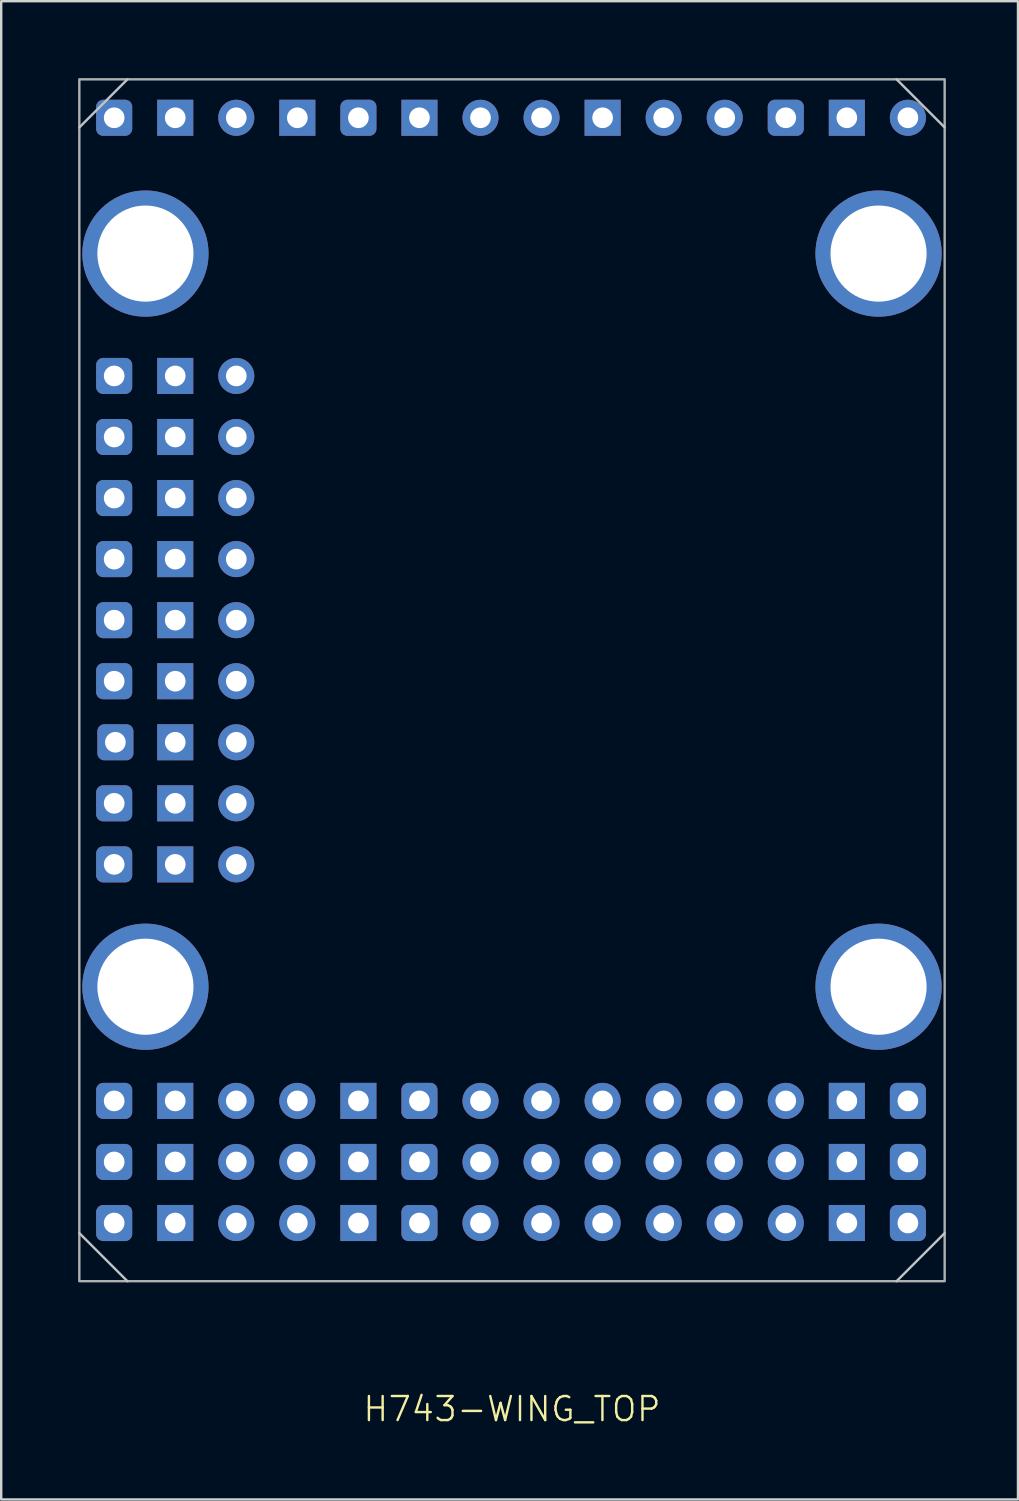
<source format=kicad_pcb>
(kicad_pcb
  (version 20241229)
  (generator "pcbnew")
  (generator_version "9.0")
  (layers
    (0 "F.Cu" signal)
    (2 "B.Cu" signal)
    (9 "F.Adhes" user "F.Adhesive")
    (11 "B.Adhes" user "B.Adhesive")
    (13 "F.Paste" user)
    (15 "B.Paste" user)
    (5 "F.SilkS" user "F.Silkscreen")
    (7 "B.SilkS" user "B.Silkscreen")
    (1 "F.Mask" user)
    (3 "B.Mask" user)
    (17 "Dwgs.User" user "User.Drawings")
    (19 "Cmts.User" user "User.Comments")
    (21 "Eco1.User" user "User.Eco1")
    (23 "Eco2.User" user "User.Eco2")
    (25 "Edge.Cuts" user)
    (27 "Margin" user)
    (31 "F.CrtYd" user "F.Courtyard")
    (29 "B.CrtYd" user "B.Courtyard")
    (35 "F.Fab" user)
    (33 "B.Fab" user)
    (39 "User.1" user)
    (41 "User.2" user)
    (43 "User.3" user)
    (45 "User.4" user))
  (footprint "H743-WING_TOP"
    (layer "F.Cu")
    (at 0.25 0.25)
    (property "Reference" "H743-WING_TOP" (at 18 55.32 0) (unlocked yes) (layer "F.SilkS") (effects (font (size 1 1) (thickness 0.1))))
    (attr smd)
    (fp_line (start 2 0) (end 0 2) (stroke (width 0.1) (type default)) (layer "Dwgs.User"))
    (fp_line (start 2 50) (end 0 48) (stroke (width 0.1) (type default)) (layer "Dwgs.User"))
    (fp_line (start 34 50) (end 36 48) (stroke (width 0.1) (type default)) (layer "Dwgs.User"))
    (fp_line (start 36 2) (end 34 0) (stroke (width 0.1) (type default)) (layer "Dwgs.User"))
    (fp_rect (start 0 0) (end 36 50) (stroke (width 0.1) (type default)) (fill no) (layer "F.Fab"))
    (pad "1" thru_hole circle (at 34.47 1.6 90) (size 1.5 1.5) (drill 0.86) (layers "*.Cu" "*.Mask"))
    (pad "2" thru_hole rect (at 31.93 1.6 90) (size 1.5 1.5) (drill 0.86) (layers "*.Cu" "*.Mask"))
    (pad "3" thru_hole roundrect (at 29.39 1.6 90) (size 1.5 1.5) (drill 0.86) (layers "*.Cu" "*.Mask") (roundrect_rratio 0.192))
    (pad "4" thru_hole circle (at 26.85 1.6 90) (size 1.5 1.5) (drill 0.86) (layers "*.Cu" "*.Mask"))
    (pad "5" thru_hole circle (at 24.31 1.6 90) (size 1.5 1.5) (drill 0.86) (layers "*.Cu" "*.Mask"))
    (pad "6" thru_hole rect (at 21.77 1.6 90) (size 1.5 1.5) (drill 0.86) (layers "*.Cu" "*.Mask"))
    (pad "7" thru_hole circle (at 19.23 1.6 90) (size 1.5 1.5) (drill 0.86) (layers "*.Cu" "*.Mask"))
    (pad "8" thru_hole circle (at 16.69 1.6 90) (size 1.5 1.5) (drill 0.86) (layers "*.Cu" "*.Mask"))
    (pad "9" thru_hole rect (at 14.15 1.6 90) (size 1.5 1.5) (drill 0.86) (layers "*.Cu" "*.Mask"))
    (pad "10" thru_hole roundrect (at 11.61 1.6 90) (size 1.5 1.5) (drill 0.86) (layers "*.Cu" "*.Mask") (roundrect_rratio 0.192))
    (pad "11" thru_hole rect (at 9.07 1.6 90) (size 1.5 1.5) (drill 0.86) (layers "*.Cu" "*.Mask"))
    (pad "12" thru_hole circle (at 6.53 1.6 90) (size 1.5 1.5) (drill 0.86) (layers "*.Cu" "*.Mask"))
    (pad "13" thru_hole rect (at 3.99 1.6 90) (size 1.5 1.5) (drill 0.86) (layers "*.Cu" "*.Mask"))
    (pad "14" thru_hole roundrect (at 1.45 1.6 90) (size 1.5 1.5) (drill 0.86) (layers "*.Cu" "*.Mask") (roundrect_rratio 0.192))
    (pad "15" thru_hole roundrect (at 1.45 12.34 90) (size 1.5 1.5) (drill 0.86) (layers "*.Cu" "*.Mask") (roundrect_rratio 0.192))
    (pad "16" thru_hole roundrect (at 1.45 14.88 90) (size 1.5 1.5) (drill 0.86) (layers "*.Cu" "*.Mask") (roundrect_rratio 0.192))
    (pad "17" thru_hole roundrect (at 1.45 17.42 90) (size 1.5 1.5) (drill 0.86) (layers "*.Cu" "*.Mask") (roundrect_rratio 0.192))
    (pad "18" thru_hole roundrect (at 1.45 19.96 90) (size 1.5 1.5) (drill 0.86) (layers "*.Cu" "*.Mask") (roundrect_rratio 0.192))
    (pad "19" thru_hole roundrect (at 1.45 22.5 90) (size 1.5 1.5) (drill 0.86) (layers "*.Cu" "*.Mask") (roundrect_rratio 0.192))
    (pad "20" thru_hole roundrect (at 1.45 25.04 90) (size 1.5 1.5) (drill 0.86) (layers "*.Cu" "*.Mask") (roundrect_rratio 0.192))
    (pad "21" thru_hole roundrect (at 1.5 27.58 90) (size 1.5 1.5) (drill 0.86) (layers "*.Cu" "*.Mask") (roundrect_rratio 0.192))
    (pad "22" thru_hole roundrect (at 1.45 30.12 90) (size 1.5 1.5) (drill 0.86) (layers "*.Cu" "*.Mask") (roundrect_rratio 0.192))
    (pad "23" thru_hole roundrect (at 1.45 32.66 90) (size 1.5 1.5) (drill 0.86) (layers "*.Cu" "*.Mask") (roundrect_rratio 0.192))
    (pad "24" thru_hole rect (at 3.99 12.34 90) (size 1.5 1.5) (drill 0.86) (layers "*.Cu" "*.Mask"))
    (pad "25" thru_hole rect (at 3.99 14.88 90) (size 1.5 1.5) (drill 0.86) (layers "*.Cu" "*.Mask"))
    (pad "26" thru_hole rect (at 3.99 17.42 90) (size 1.5 1.5) (drill 0.86) (layers "*.Cu" "*.Mask"))
    (pad "27" thru_hole rect (at 3.99 19.96 90) (size 1.5 1.5) (drill 0.86) (layers "*.Cu" "*.Mask"))
    (pad "28" thru_hole rect (at 3.99 22.5 90) (size 1.5 1.5) (drill 0.86) (layers "*.Cu" "*.Mask"))
    (pad "29" thru_hole rect (at 3.99 25.04 90) (size 1.5 1.5) (drill 0.86) (layers "*.Cu" "*.Mask"))
    (pad "30" thru_hole rect (at 3.99 27.58 90) (size 1.5 1.5) (drill 0.86) (layers "*.Cu" "*.Mask"))
    (pad "31" thru_hole rect (at 3.99 30.12 90) (size 1.5 1.5) (drill 0.86) (layers "*.Cu" "*.Mask"))
    (pad "32" thru_hole rect (at 3.99 32.66 90) (size 1.5 1.5) (drill 0.86) (layers "*.Cu" "*.Mask"))
    (pad "33" thru_hole circle (at 6.53 12.34 90) (size 1.5 1.5) (drill 0.86) (layers "*.Cu" "*.Mask"))
    (pad "34" thru_hole circle (at 6.53 14.88 90) (size 1.5 1.5) (drill 0.86) (layers "*.Cu" "*.Mask"))
    (pad "35" thru_hole circle (at 6.53 17.42 90) (size 1.5 1.5) (drill 0.86) (layers "*.Cu" "*.Mask"))
    (pad "36" thru_hole circle (at 6.53 19.96 90) (size 1.5 1.5) (drill 0.86) (layers "*.Cu" "*.Mask"))
    (pad "37" thru_hole circle (at 6.53 22.5 90) (size 1.5 1.5) (drill 0.86) (layers "*.Cu" "*.Mask"))
    (pad "38" thru_hole circle (at 6.53 25.04 90) (size 1.5 1.5) (drill 0.86) (layers "*.Cu" "*.Mask"))
    (pad "39" thru_hole circle (at 6.53 27.58 90) (size 1.5 1.5) (drill 0.86) (layers "*.Cu" "*.Mask"))
    (pad "40" thru_hole circle (at 6.53 30.12 90) (size 1.5 1.5) (drill 0.86) (layers "*.Cu" "*.Mask"))
    (pad "41" thru_hole circle (at 6.53 32.66 90) (size 1.5 1.5) (drill 0.86) (layers "*.Cu" "*.Mask"))
    (pad "42" thru_hole roundrect (at 1.45 42.5 90) (size 1.5 1.5) (drill 0.86) (layers "*.Cu" "*.Mask") (roundrect_rratio 0.192))
    (pad "43" thru_hole rect (at 3.99 42.5 90) (size 1.5 1.5) (drill 0.86) (layers "*.Cu" "*.Mask"))
    (pad "44" thru_hole circle (at 6.53 42.5 90) (size 1.5 1.5) (drill 0.86) (layers "*.Cu" "*.Mask"))
    (pad "45" thru_hole circle (at 9.07 42.5 90) (size 1.5 1.5) (drill 0.86) (layers "*.Cu" "*.Mask"))
    (pad "46" thru_hole rect (at 11.61 42.5 90) (size 1.5 1.5) (drill 0.86) (layers "*.Cu" "*.Mask"))
    (pad "47" thru_hole roundrect (at 14.15 42.5 90) (size 1.5 1.5) (drill 0.86) (layers "*.Cu" "*.Mask") (roundrect_rratio 0.192))
    (pad "48" thru_hole circle (at 16.69 42.5 90) (size 1.5 1.5) (drill 0.86) (layers "*.Cu" "*.Mask"))
    (pad "49" thru_hole circle (at 19.23 42.5 90) (size 1.5 1.5) (drill 0.86) (layers "*.Cu" "*.Mask"))
    (pad "50" thru_hole circle (at 21.77 42.5 90) (size 1.5 1.5) (drill 0.86) (layers "*.Cu" "*.Mask"))
    (pad "51" thru_hole circle (at 24.31 42.5 90) (size 1.5 1.5) (drill 0.86) (layers "*.Cu" "*.Mask"))
    (pad "52" thru_hole circle (at 26.85 42.5 90) (size 1.5 1.5) (drill 0.86) (layers "*.Cu" "*.Mask"))
    (pad "53" thru_hole circle (at 29.39 42.5 90) (size 1.5 1.5) (drill 0.86) (layers "*.Cu" "*.Mask"))
    (pad "54" thru_hole rect (at 31.93 42.5 90) (size 1.5 1.5) (drill 0.86) (layers "*.Cu" "*.Mask"))
    (pad "55" thru_hole roundrect (at 34.47 42.5 90) (size 1.5 1.5) (drill 0.86) (layers "*.Cu" "*.Mask") (roundrect_rratio 0.192))
    (pad "56" thru_hole roundrect (at 1.45 45.04 90) (size 1.5 1.5) (drill 0.86) (layers "*.Cu" "*.Mask") (roundrect_rratio 0.192))
    (pad "57" thru_hole rect (at 3.99 45.04 90) (size 1.5 1.5) (drill 0.86) (layers "*.Cu" "*.Mask"))
    (pad "58" thru_hole circle (at 6.53 45.04 90) (size 1.5 1.5) (drill 0.86) (layers "*.Cu" "*.Mask"))
    (pad "59" thru_hole circle (at 9.07 45.04 90) (size 1.5 1.5) (drill 0.86) (layers "*.Cu" "*.Mask"))
    (pad "60" thru_hole rect (at 11.61 45.04 90) (size 1.5 1.5) (drill 0.86) (layers "*.Cu" "*.Mask"))
    (pad "61" thru_hole roundrect (at 14.15 45.04 90) (size 1.5 1.5) (drill 0.86) (layers "*.Cu" "*.Mask") (roundrect_rratio 0.192))
    (pad "62" thru_hole circle (at 16.69 45.04 90) (size 1.5 1.5) (drill 0.86) (layers "*.Cu" "*.Mask"))
    (pad "63" thru_hole circle (at 19.23 45.04 90) (size 1.5 1.5) (drill 0.86) (layers "*.Cu" "*.Mask"))
    (pad "64" thru_hole circle (at 21.77 45.04 90) (size 1.5 1.5) (drill 0.86) (layers "*.Cu" "*.Mask"))
    (pad "65" thru_hole circle (at 24.31 45.04 90) (size 1.5 1.5) (drill 0.86) (layers "*.Cu" "*.Mask"))
    (pad "66" thru_hole circle (at 26.85 45.04 90) (size 1.5 1.5) (drill 0.86) (layers "*.Cu" "*.Mask"))
    (pad "67" thru_hole circle (at 29.39 45.04 90) (size 1.5 1.5) (drill 0.86) (layers "*.Cu" "*.Mask"))
    (pad "68" thru_hole rect (at 31.93 45.04 90) (size 1.5 1.5) (drill 0.86) (layers "*.Cu" "*.Mask"))
    (pad "69" thru_hole roundrect (at 34.47 45.04 90) (size 1.5 1.5) (drill 0.86) (layers "*.Cu" "*.Mask") (roundrect_rratio 0.192))
    (pad "70" thru_hole roundrect (at 1.45 47.58 90) (size 1.5 1.5) (drill 0.86) (layers "*.Cu" "*.Mask") (roundrect_rratio 0.192))
    (pad "71" thru_hole rect (at 3.99 47.58 90) (size 1.5 1.5) (drill 0.86) (layers "*.Cu" "*.Mask"))
    (pad "72" thru_hole circle (at 6.53 47.58 90) (size 1.5 1.5) (drill 0.86) (layers "*.Cu" "*.Mask"))
    (pad "73" thru_hole circle (at 9.07 47.58 90) (size 1.5 1.5) (drill 0.86) (layers "*.Cu" "*.Mask"))
    (pad "74" thru_hole rect (at 11.61 47.58 90) (size 1.5 1.5) (drill 0.86) (layers "*.Cu" "*.Mask"))
    (pad "75" thru_hole roundrect (at 14.15 47.58 90) (size 1.5 1.5) (drill 0.86) (layers "*.Cu" "*.Mask") (roundrect_rratio 0.192))
    (pad "76" thru_hole circle (at 16.69 47.58 90) (size 1.5 1.5) (drill 0.86) (layers "*.Cu" "*.Mask"))
    (pad "77" thru_hole circle (at 19.23 47.58 90) (size 1.5 1.5) (drill 0.86) (layers "*.Cu" "*.Mask"))
    (pad "78" thru_hole circle (at 21.77 47.58 90) (size 1.5 1.5) (drill 0.86) (layers "*.Cu" "*.Mask"))
    (pad "79" thru_hole circle (at 24.31 47.58 90) (size 1.5 1.5) (drill 0.86) (layers "*.Cu" "*.Mask"))
    (pad "80" thru_hole circle (at 26.85 47.58 90) (size 1.5 1.5) (drill 0.86) (layers "*.Cu" "*.Mask"))
    (pad "81" thru_hole circle (at 29.39 47.58 90) (size 1.5 1.5) (drill 0.86) (layers "*.Cu" "*.Mask"))
    (pad "82" thru_hole rect (at 31.93 47.58 90) (size 1.5 1.5) (drill 0.86) (layers "*.Cu" "*.Mask"))
    (pad "83" thru_hole roundrect (at 34.47 47.58 90) (size 1.5 1.5) (drill 0.86) (layers "*.Cu" "*.Mask") (roundrect_rratio 0.192))
    (pad "84" thru_hole circle (at 2.75 7.25 90) (size 5.25 5.25) (drill 4) (layers "*.Cu" "*.Mask"))
    (pad "85" thru_hole circle (at 2.75 37.75 90) (size 5.25 5.25) (drill 4) (layers "*.Cu" "*.Mask"))
    (pad "86" thru_hole circle (at 33.25 7.25 90) (size 5.25 5.25) (drill 4) (layers "*.Cu" "*.Mask"))
    (pad "87" thru_hole circle (at 33.25 37.75 90) (size 5.25 5.25) (drill 4) (layers "*.Cu" "*.Mask")))
  (gr_rect
    (start -3 -3)
    (end 39.3 59.331)
    (stroke (width 0.1) (type default))
    (fill no)
    (layer "Edge.Cuts")))
</source>
